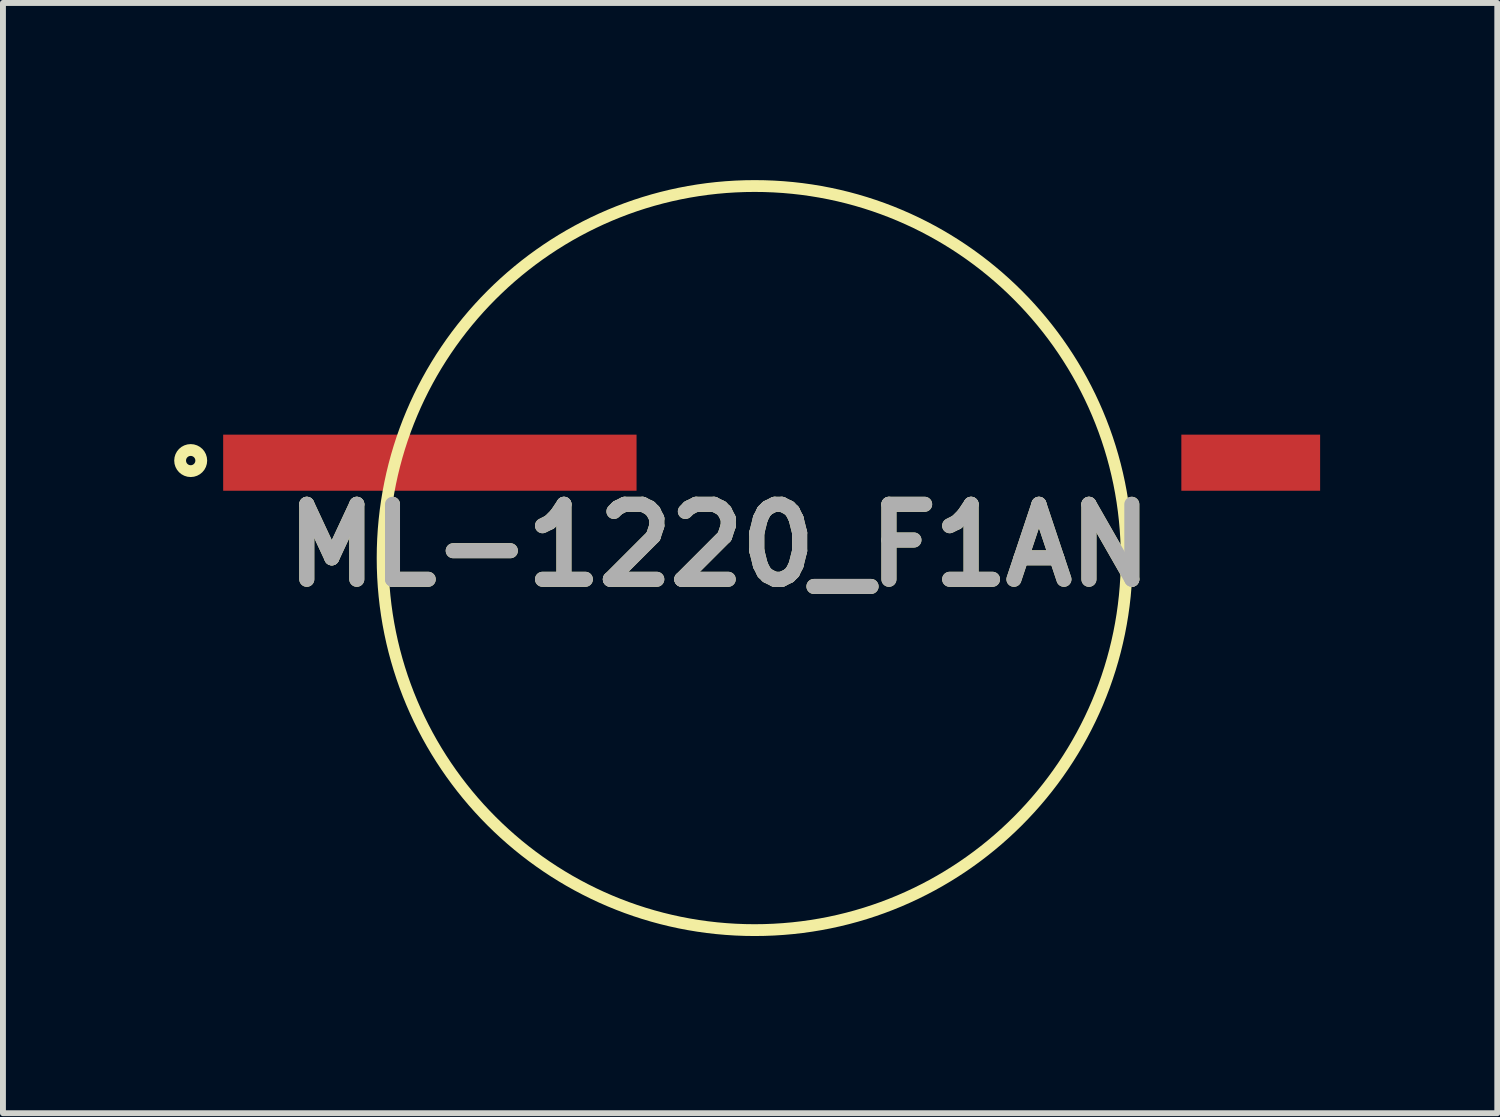
<source format=kicad_pcb>
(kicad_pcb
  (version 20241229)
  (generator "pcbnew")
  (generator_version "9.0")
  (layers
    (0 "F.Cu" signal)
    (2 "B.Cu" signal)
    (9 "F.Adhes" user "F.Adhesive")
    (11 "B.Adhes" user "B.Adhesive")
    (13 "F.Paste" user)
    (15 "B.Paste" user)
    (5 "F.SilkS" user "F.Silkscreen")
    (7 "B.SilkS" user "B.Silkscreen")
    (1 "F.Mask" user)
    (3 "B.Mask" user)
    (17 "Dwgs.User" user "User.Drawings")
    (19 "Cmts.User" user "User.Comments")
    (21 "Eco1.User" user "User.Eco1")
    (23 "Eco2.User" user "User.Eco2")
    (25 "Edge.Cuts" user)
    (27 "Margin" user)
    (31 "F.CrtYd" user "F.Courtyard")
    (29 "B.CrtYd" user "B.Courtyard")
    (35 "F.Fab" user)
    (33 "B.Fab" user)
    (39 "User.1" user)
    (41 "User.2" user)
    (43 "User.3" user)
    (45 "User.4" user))
  (footprint "ML-1220_F1AN"
    (layer "F.Cu")
    (at 9.729 6.4)
    (property "Reference" "ML-1220_F1AN" (at -0.599 -0.215 0) (layer "F.SilkS") (effects (font (size 1.27 1.27) (thickness 0.254))))
    (attr smd)
    (fp_circle (center -9.55 -1.651) (end -9.55 -1.572) (stroke (width 0.2) (type solid)) (fill no) (layer "F.SilkS"))
    (fp_circle (center 0 0) (end 6.3 0) (stroke (width 0.2) (type solid)) (fill no) (layer "F.SilkS"))
    (fp_text user "${REFERENCE}" (at -0.599 -0.215 0) (layer "F.Fab") (effects (font (size 1.27 1.27) (thickness 0.254))))
    (pad "1" smd rect (at -5.5 -1.615 90) (size 0.95 7) (layers "F.Cu" "F.Mask" "F.Paste"))
    (pad "2" smd rect (at 8.4 -1.615 90) (size 0.95 2.35) (layers "F.Cu" "F.Mask" "F.Paste")))
  (gr_rect
    (start -3 -3)
    (end 22.304 15.8)
    (stroke (width 0.1) (type default))
    (fill no)
    (layer "Edge.Cuts")))
</source>
